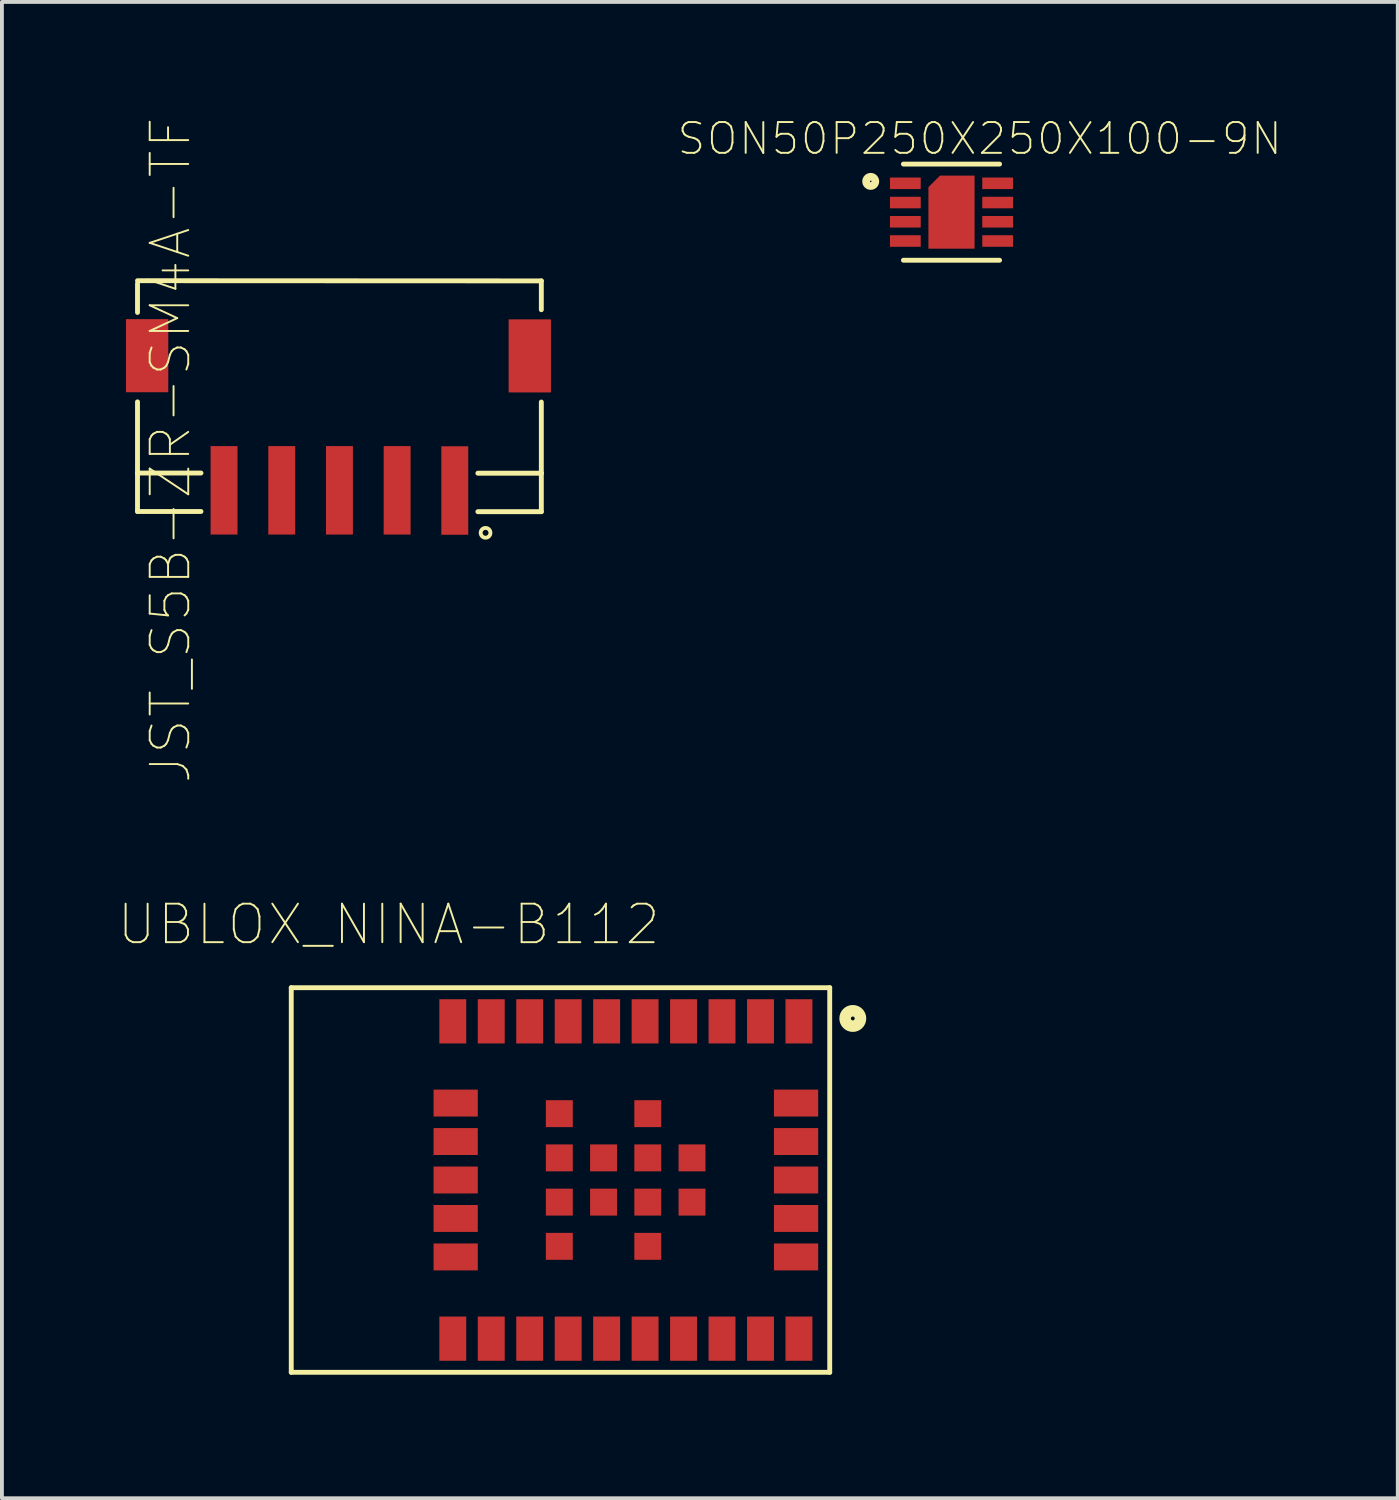
<source format=kicad_pcb>
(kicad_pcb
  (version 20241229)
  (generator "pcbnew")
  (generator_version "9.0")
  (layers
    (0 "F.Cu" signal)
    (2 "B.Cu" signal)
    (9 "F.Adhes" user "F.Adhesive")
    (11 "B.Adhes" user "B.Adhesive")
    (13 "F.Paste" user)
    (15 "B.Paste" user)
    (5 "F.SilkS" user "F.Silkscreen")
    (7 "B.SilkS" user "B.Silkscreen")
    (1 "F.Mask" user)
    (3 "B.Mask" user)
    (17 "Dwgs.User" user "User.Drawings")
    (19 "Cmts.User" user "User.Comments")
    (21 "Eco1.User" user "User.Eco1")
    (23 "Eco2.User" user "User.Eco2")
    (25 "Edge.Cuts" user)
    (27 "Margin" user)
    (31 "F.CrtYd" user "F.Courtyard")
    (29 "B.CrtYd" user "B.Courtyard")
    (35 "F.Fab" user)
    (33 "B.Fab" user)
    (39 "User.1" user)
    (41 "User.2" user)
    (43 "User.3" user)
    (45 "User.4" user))
  (footprint "UBLOX_NINA-B112"
    (layer "F.Cu")
    (at 11.522 27.629)
    (property "Reference" "UBLOX_NINA-B112" (at -4.466 -6.644 0) (layer "F.SilkS") (effects (font (size 1.001 1.001) (thickness 0.05))))
    (attr smd)
    (fp_line (start -7 -5) (end -7 5) (stroke (width 0.127) (type solid)) (layer "F.SilkS"))
    (fp_line (start -7 5) (end 7 5) (stroke (width 0.127) (type solid)) (layer "F.SilkS"))
    (fp_line (start 7 -5) (end -7 -5) (stroke (width 0.127) (type solid)) (layer "F.SilkS"))
    (fp_line (start 7 5) (end 7 -5) (stroke (width 0.127) (type solid)) (layer "F.SilkS"))
    (fp_circle (center 7.6 -4.2) (end 7.65 -4.2) (stroke (width 0.3) (type solid)) (fill no) (layer "F.SilkS"))
    (fp_line (start -7.25 -5.25) (end 7.25 -5.25) (stroke (width 0.05) (type solid)) (layer "Eco1.User"))
    (fp_line (start -7.25 5.25) (end -7.25 -5.25) (stroke (width 0.05) (type solid)) (layer "Eco1.User"))
    (fp_line (start 7.25 -5.25) (end 7.25 5.25) (stroke (width 0.05) (type solid)) (layer "Eco1.User"))
    (fp_line (start 7.25 5.25) (end -7.25 5.25) (stroke (width 0.05) (type solid)) (layer "Eco1.User"))
    (fp_line (start -7 -5) (end -7 5) (stroke (width 0.127) (type solid)) (layer "Eco2.User"))
    (fp_line (start -7 5) (end -3.2 5) (stroke (width 0.127) (type solid)) (layer "Eco2.User"))
    (fp_line (start -3.2 -5) (end -7 -5) (stroke (width 0.127) (type solid)) (layer "Eco2.User"))
    (fp_line (start -3.2 -5) (end -3.2 5) (stroke (width 0.127) (type solid)) (layer "Eco2.User"))
    (fp_line (start -3.2 5) (end 7 5) (stroke (width 0.127) (type solid)) (layer "Eco2.User"))
    (fp_line (start 7 -5) (end -3.2 -5) (stroke (width 0.127) (type solid)) (layer "Eco2.User"))
    (fp_line (start 7 5) (end 7 -5) (stroke (width 0.127) (type solid)) (layer "Eco2.User"))
    (fp_circle (center 6.2 -4.1) (end 6.25 -4.1) (stroke (width 0.3) (type solid)) (fill no) (layer "Eco2.User"))
    (fp_text user "ANTENNA" (at -4.446 3.811 0) (layer "Edge.Cuts") (effects (font (size 1 1) (thickness 0.05))))
    (pad "1" smd rect (at 6.2 -4.125 270) (size 1.15 0.7) (layers "F.Cu" "F.Mask" "F.Paste"))
    (pad "2" smd rect (at 5.2 -4.125 270) (size 1.15 0.7) (layers "F.Cu" "F.Mask" "F.Paste"))
    (pad "3" smd rect (at 4.2 -4.125 270) (size 1.15 0.7) (layers "F.Cu" "F.Mask" "F.Paste"))
    (pad "4" smd rect (at 3.2 -4.125 270) (size 1.15 0.7) (layers "F.Cu" "F.Mask" "F.Paste"))
    (pad "5" smd rect (at 2.2 -4.125 270) (size 1.15 0.7) (layers "F.Cu" "F.Mask" "F.Paste"))
    (pad "6" smd rect (at 1.2 -4.125 270) (size 1.15 0.7) (layers "F.Cu" "F.Mask" "F.Paste"))
    (pad "7" smd rect (at 0.2 -4.125 270) (size 1.15 0.7) (layers "F.Cu" "F.Mask" "F.Paste"))
    (pad "8" smd rect (at -0.8 -4.125 270) (size 1.15 0.7) (layers "F.Cu" "F.Mask" "F.Paste"))
    (pad "9" smd rect (at -1.8 -4.125 270) (size 1.15 0.7) (layers "F.Cu" "F.Mask" "F.Paste"))
    (pad "10" smd rect (at -2.8 -4.125 270) (size 1.15 0.7) (layers "F.Cu" "F.Mask" "F.Paste"))
    (pad "11" smd rect (at -2.725 -2) (size 1.15 0.7) (layers "F.Cu" "F.Mask" "F.Paste"))
    (pad "12" smd rect (at -2.725 -1) (size 1.15 0.7) (layers "F.Cu" "F.Mask" "F.Paste"))
    (pad "13" smd rect (at -2.725 0) (size 1.15 0.7) (layers "F.Cu" "F.Mask" "F.Paste"))
    (pad "14" smd rect (at -2.725 1) (size 1.15 0.7) (layers "F.Cu" "F.Mask" "F.Paste"))
    (pad "15" smd rect (at -2.725 2) (size 1.15 0.7) (layers "F.Cu" "F.Mask" "F.Paste"))
    (pad "16" smd rect (at -2.8 4.125 270) (size 1.15 0.7) (layers "F.Cu" "F.Mask" "F.Paste"))
    (pad "17" smd rect (at -1.8 4.125 270) (size 1.15 0.7) (layers "F.Cu" "F.Mask" "F.Paste"))
    (pad "18" smd rect (at -0.8 4.125 270) (size 1.15 0.7) (layers "F.Cu" "F.Mask" "F.Paste"))
    (pad "19" smd rect (at 0.2 4.125 270) (size 1.15 0.7) (layers "F.Cu" "F.Mask" "F.Paste"))
    (pad "20" smd rect (at 1.2 4.125 270) (size 1.15 0.7) (layers "F.Cu" "F.Mask" "F.Paste"))
    (pad "21" smd rect (at 2.2 4.125 270) (size 1.15 0.7) (layers "F.Cu" "F.Mask" "F.Paste"))
    (pad "22" smd rect (at 3.2 4.125 270) (size 1.15 0.7) (layers "F.Cu" "F.Mask" "F.Paste"))
    (pad "23" smd rect (at 4.2 4.125 270) (size 1.15 0.7) (layers "F.Cu" "F.Mask" "F.Paste"))
    (pad "24" smd rect (at 5.2 4.125 270) (size 1.15 0.7) (layers "F.Cu" "F.Mask" "F.Paste"))
    (pad "25" smd rect (at 6.2 4.125 270) (size 1.15 0.7) (layers "F.Cu" "F.Mask" "F.Paste"))
    (pad "26" smd rect (at 6.125 2) (size 1.15 0.7) (layers "F.Cu" "F.Mask" "F.Paste"))
    (pad "27" smd rect (at 6.125 1) (size 1.15 0.7) (layers "F.Cu" "F.Mask" "F.Paste"))
    (pad "28" smd rect (at 6.125 0) (size 1.15 0.7) (layers "F.Cu" "F.Mask" "F.Paste"))
    (pad "29" smd rect (at 6.125 -1) (size 1.15 0.7) (layers "F.Cu" "F.Mask" "F.Paste"))
    (pad "30" smd rect (at 6.125 -2) (size 1.15 0.7) (layers "F.Cu" "F.Mask" "F.Paste"))
    (pad "EXP1" smd rect (at -0.03 -1.725) (size 0.7 0.7) (layers "F.Cu" "F.Mask" "F.Paste"))
    (pad "EXP2" smd rect (at -0.03 -0.575) (size 0.7 0.7) (layers "F.Cu" "F.Mask" "F.Paste"))
    (pad "EXP3" smd rect (at -0.03 0.575) (size 0.7 0.7) (layers "F.Cu" "F.Mask" "F.Paste"))
    (pad "EXP4" smd rect (at -0.03 1.725) (size 0.7 0.7) (layers "F.Cu" "F.Mask" "F.Paste"))
    (pad "EXP5" smd rect (at 1.12 0.575) (size 0.7 0.7) (layers "F.Cu" "F.Mask" "F.Paste"))
    (pad "EXP6" smd rect (at 1.12 -0.575) (size 0.7 0.7) (layers "F.Cu" "F.Mask" "F.Paste"))
    (pad "EXP7" smd rect (at 2.27 -1.725) (size 0.7 0.7) (layers "F.Cu" "F.Mask" "F.Paste"))
    (pad "EXP8" smd rect (at 2.27 -0.575) (size 0.7 0.7) (layers "F.Cu" "F.Mask" "F.Paste"))
    (pad "EXP9" smd rect (at 2.27 0.575) (size 0.7 0.7) (layers "F.Cu" "F.Mask" "F.Paste"))
    (pad "EXP10" smd rect (at 2.27 1.725) (size 0.7 0.7) (layers "F.Cu" "F.Mask" "F.Paste"))
    (pad "EXP11" smd rect (at 3.42 0.575) (size 0.7 0.7) (layers "F.Cu" "F.Mask" "F.Paste"))
    (pad "EXP12" smd rect (at 3.42 -0.575) (size 0.7 0.7) (layers "F.Cu" "F.Mask" "F.Paste")))
  (footprint "JST_S5B-ZR-SM4A-TF"
    (layer "F.Cu")
    (at 6.525 9.698)
    (property "Reference" "JST_S5B-ZR-SM4A-TF" (at -5.142 -1.042 90) (layer "F.SilkS") (effects (font (size 1.002 1.002) (thickness 0.05))))
    (attr smd)
    (fp_line (start -6 -5.45) (end 4.499 -5.445) (stroke (width 0.127) (type solid)) (layer "F.SilkS"))
    (fp_line (start -6 -4.625) (end -6 -5.375) (stroke (width 0.127) (type solid)) (layer "F.SilkS"))
    (fp_line (start -6 -0.45) (end -6 -2.3) (stroke (width 0.127) (type solid)) (layer "F.SilkS"))
    (fp_line (start -6 -0.45) (end -4.35 -0.45) (stroke (width 0.127) (type solid)) (layer "F.SilkS"))
    (fp_line (start -6 0.55) (end -6 -0.45) (stroke (width 0.127) (type solid)) (layer "F.SilkS"))
    (fp_line (start -4.35 0.55) (end -6 0.55) (stroke (width 0.127) (type solid)) (layer "F.SilkS"))
    (fp_line (start 2.849 -0.445) (end 4.499 -0.445) (stroke (width 0.127) (type solid)) (layer "F.SilkS"))
    (fp_line (start 4.499 -5.445) (end 4.499 -4.695) (stroke (width 0.127) (type solid)) (layer "F.SilkS"))
    (fp_line (start 4.499 -2.295) (end 4.499 -0.445) (stroke (width 0.127) (type solid)) (layer "F.SilkS"))
    (fp_line (start 4.499 -0.445) (end 4.499 0.555) (stroke (width 0.127) (type solid)) (layer "F.SilkS"))
    (fp_line (start 4.499 0.555) (end 2.849 0.555) (stroke (width 0.127) (type solid)) (layer "F.SilkS"))
    (fp_circle (center 3.049 1.105) (end 3.176 1.105) (stroke (width 0.1) (type solid)) (fill no) (layer "F.SilkS"))
    (fp_line (start -6.5 -7.25) (end -6.5 1.5) (stroke (width 0.05) (type solid)) (layer "Eco1.User"))
    (fp_line (start -3.5 1.5) (end 4.999 1.505) (stroke (width 0.05) (type solid)) (layer "Eco1.User"))
    (fp_line (start 4.999 1.505) (end 4.999 -7.245) (stroke (width 0.05) (type solid)) (layer "Eco1.User"))
    (fp_line (start 5 -7.25) (end -6.5 -7.25) (stroke (width 0.05) (type solid)) (layer "Eco1.User"))
    (fp_line (start -6 -7) (end 4.5 -7) (stroke (width 0.127) (type solid)) (layer "Eco2.User"))
    (fp_line (start -6 -6.9) (end -6 -5.5) (stroke (width 0.127) (type solid)) (layer "Eco2.User"))
    (fp_line (start 4.499 -6.845) (end 4.499 -5.445) (stroke (width 0.127) (type solid)) (layer "Eco2.User"))
    (fp_text user "PCB~{Edge}" (at 1.25 -6.25 0) (layer "Edge.Cuts") (effects (font (size 1 1) (thickness 0.05))))
    (pad "1" smd rect (at 2.249 0.005) (size 0.7 2.3) (layers "F.Cu" "F.Mask" "F.Paste"))
    (pad "2" smd rect (at 0.75 0) (size 0.7 2.3) (layers "F.Cu" "F.Mask" "F.Paste"))
    (pad "3" smd rect (at -0.75 0) (size 0.7 2.3) (layers "F.Cu" "F.Mask" "F.Paste"))
    (pad "4" smd rect (at -2.25 0) (size 0.7 2.3) (layers "F.Cu" "F.Mask" "F.Paste"))
    (pad "5" smd rect (at -3.75 0) (size 0.7 2.3) (layers "F.Cu" "F.Mask" "F.Paste"))
    (pad "P1" smd rect (at 4.199 -3.495) (size 1.1 1.9) (layers "F.Cu" "F.Mask" "F.Paste"))
    (pad "P2" smd rect (at -5.75 -3.5) (size 1.1 1.9) (layers "F.Cu" "F.Mask" "F.Paste")))
  (footprint "SON50P250X250X100-9N"
    (layer "F.Cu")
    (at 21.688 2.466)
    (property "Reference" "SON50P250X250X100-9N" (at 0.733 -1.91 0) (layer "F.SilkS") (effects (font (size 0.801 0.801) (thickness 0.05))))
    (attr smd)
    (fp_poly (pts (xy -0.3 -0.95) (xy 0.6 -0.95) (xy 0.6 0.95) (xy -0.6 0.95) (xy -0.6 -0.65)) (stroke (width 0.001) (type solid)) (fill yes) (layer "F.Cu"))
    (fp_poly (pts (xy -1.652 0.05) (xy -0.75 0.05) (xy -0.75 0.451) (xy -1.652 0.451)) (stroke (width 0) (type solid)) (fill yes) (layer "F.Mask"))
    (fp_poly (pts (xy -1.651 -0.95) (xy -0.75 -0.95) (xy -0.75 -0.55) (xy -1.651 -0.55)) (stroke (width 0) (type solid)) (fill yes) (layer "F.Mask"))
    (fp_poly (pts (xy -1.651 -0.45) (xy -0.75 -0.45) (xy -0.75 -0.05) (xy -1.651 -0.05)) (stroke (width 0) (type solid)) (fill yes) (layer "F.Mask"))
    (fp_poly (pts (xy -1.651 0.55) (xy -0.75 0.55) (xy -0.75 0.95) (xy -1.651 0.95)) (stroke (width 0) (type solid)) (fill yes) (layer "F.Mask"))
    (fp_poly (pts (xy 0.75 -0.95) (xy 1.65 -0.95) (xy 1.65 -0.55) (xy 0.75 -0.55)) (stroke (width 0) (type solid)) (fill yes) (layer "F.Mask"))
    (fp_poly (pts (xy 0.751 0.05) (xy 1.65 0.05) (xy 1.65 0.45) (xy 0.751 0.45)) (stroke (width 0) (type solid)) (fill yes) (layer "F.Mask"))
    (fp_poly (pts (xy 0.751 0.55) (xy 1.65 0.55) (xy 1.65 0.951) (xy 0.751 0.951)) (stroke (width 0) (type solid)) (fill yes) (layer "F.Mask"))
    (fp_poly (pts (xy 0.751 -0.45) (xy 1.65 -0.45) (xy 1.65 -0.05) (xy 0.751 -0.05)) (stroke (width 0) (type solid)) (fill yes) (layer "F.Mask"))
    (fp_poly (pts (xy -0.65 -0.65) (xy -0.3 -1) (xy 0.65 -1) (xy 0.65 1) (xy -0.65 1)) (stroke (width 0.001) (type solid)) (fill yes) (layer "F.Mask"))
    (fp_line (start -1.25 -1.25) (end 1.25 -1.25) (stroke (width 0.127) (type solid)) (layer "F.SilkS"))
    (fp_line (start -1.25 1.25) (end 1.25 1.25) (stroke (width 0.127) (type solid)) (layer "F.SilkS"))
    (fp_circle (center -2.1 -0.8) (end -1.98 -0.8) (stroke (width 0.2) (type solid)) (fill no) (layer "F.SilkS"))
    (fp_poly (pts (xy -0.335 -0.685) (xy 0.335 -0.685) (xy 0.335 0.686) (xy -0.335 0.686)) (stroke (width 0) (type solid)) (fill yes) (layer "F.Paste"))
    (fp_line (start -1.85 -1.55) (end 1.85 -1.55) (stroke (width 0.05) (type solid)) (layer "Eco1.User"))
    (fp_line (start -1.85 1.55) (end -1.85 -1.55) (stroke (width 0.05) (type solid)) (layer "Eco1.User"))
    (fp_line (start 1.85 -1.55) (end 1.85 1.55) (stroke (width 0.05) (type solid)) (layer "Eco1.User"))
    (fp_line (start 1.85 1.55) (end -1.85 1.55) (stroke (width 0.05) (type solid)) (layer "Eco1.User"))
    (fp_line (start -1.25 -1.25) (end -1.25 1.25) (stroke (width 0.127) (type solid)) (layer "Eco2.User"))
    (fp_line (start 1.25 -1.25) (end 1.25 1.25) (stroke (width 0.127) (type solid)) (layer "Eco2.User"))
    (pad "1" smd rect (at -1.2 -0.75) (size 0.8 0.3) (layers "F.Cu" "F.Mask" "F.Paste"))
    (pad "2" smd rect (at -1.2 -0.25) (size 0.8 0.3) (layers "F.Cu" "F.Mask" "F.Paste"))
    (pad "3" smd rect (at -1.2 0.25) (size 0.8 0.3) (layers "F.Cu" "F.Mask" "F.Paste"))
    (pad "4" smd rect (at -1.2 0.75) (size 0.8 0.3) (layers "F.Cu" "F.Mask" "F.Paste"))
    (pad "5" smd rect (at 1.2 0.75 180) (size 0.8 0.3) (layers "F.Cu" "F.Mask" "F.Paste"))
    (pad "6" smd rect (at 1.2 0.25 180) (size 0.8 0.3) (layers "F.Cu" "F.Mask" "F.Paste"))
    (pad "7" smd rect (at 1.2 -0.25 180) (size 0.8 0.3) (layers "F.Cu" "F.Mask" "F.Paste"))
    (pad "8" smd rect (at 1.2 -0.75 180) (size 0.8 0.3) (layers "F.Cu" "F.Mask" "F.Paste"))
    (pad "9" smd rect (at 0 0) (size 0.2 1) (layers "F.Cu" "F.Mask" "F.Paste")))
  (gr_rect
    (start -3 -3)
    (end 33.291 35.904)
    (stroke (width 0.1) (type default))
    (fill no)
    (layer "Edge.Cuts")))
</source>
